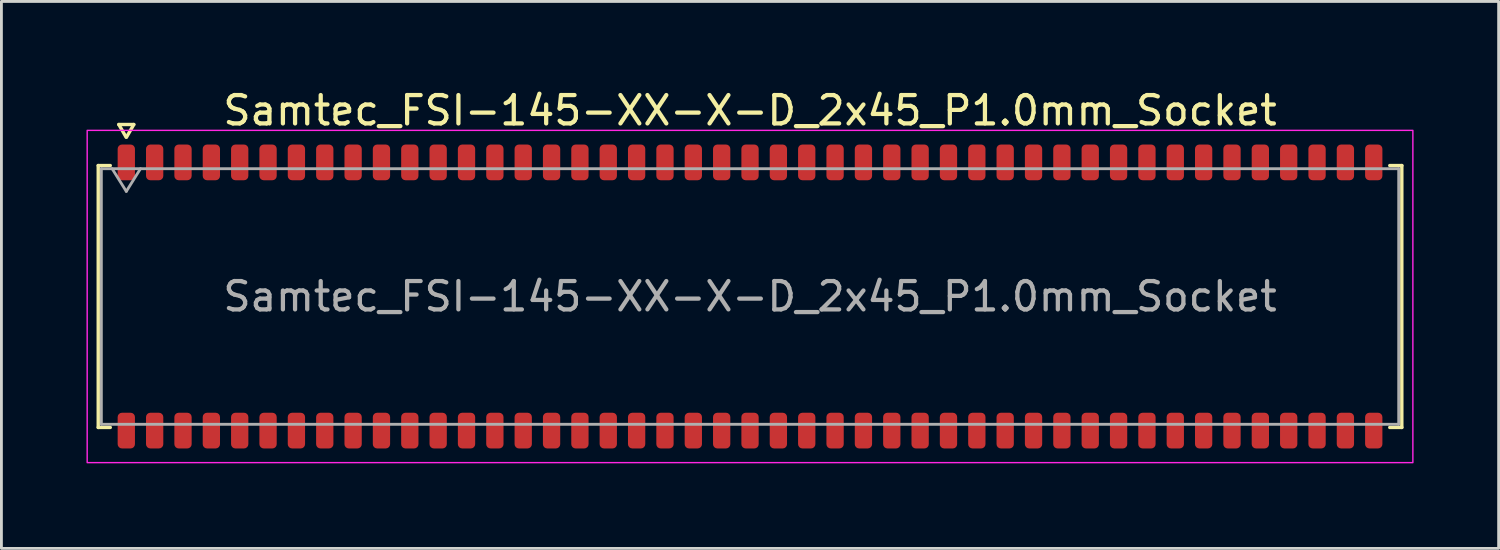
<source format=kicad_pcb>
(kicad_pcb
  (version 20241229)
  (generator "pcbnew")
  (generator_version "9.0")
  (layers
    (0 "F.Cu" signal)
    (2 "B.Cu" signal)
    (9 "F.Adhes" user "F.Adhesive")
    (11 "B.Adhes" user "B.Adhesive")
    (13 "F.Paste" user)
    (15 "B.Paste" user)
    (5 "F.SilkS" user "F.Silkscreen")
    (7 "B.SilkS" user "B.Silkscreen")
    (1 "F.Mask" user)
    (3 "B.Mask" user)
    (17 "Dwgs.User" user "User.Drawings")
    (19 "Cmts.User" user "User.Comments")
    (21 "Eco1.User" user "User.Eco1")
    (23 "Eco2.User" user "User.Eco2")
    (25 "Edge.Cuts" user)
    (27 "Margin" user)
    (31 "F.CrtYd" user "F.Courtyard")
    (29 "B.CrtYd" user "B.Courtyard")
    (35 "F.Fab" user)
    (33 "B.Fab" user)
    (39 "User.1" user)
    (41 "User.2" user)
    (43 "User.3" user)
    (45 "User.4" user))
  (footprint "Samtec_FSI-145-XX-X-D_2x45_P1.0mm_Socket"
    (layer "F.Cu")
    (at 23.405 7.408)
    (property "Reference" "Samtec_FSI-145-XX-X-D_2x45_P1.0mm_Socket" (at 0 -6.56 0) (layer "F.SilkS") (effects (font (size 1 1) (thickness 0.15))))
    (attr smd)
    (fp_line (start -22.99 -4.619) (end -22.565 -4.619) (stroke (width 0.12) (type solid)) (layer "F.SilkS"))
    (fp_line (start -22.99 4.619) (end -22.99 -4.619) (stroke (width 0.12) (type solid)) (layer "F.SilkS"))
    (fp_line (start -22.565 4.619) (end -22.99 4.619) (stroke (width 0.12) (type solid)) (layer "F.SilkS"))
    (fp_line (start -22.264 -6.066) (end -22.007 -5.62) (stroke (width 0.12) (type solid)) (layer "F.SilkS"))
    (fp_line (start -21.993 -5.62) (end -21.736 -6.066) (stroke (width 0.12) (type solid)) (layer "F.SilkS"))
    (fp_line (start -21.736 -6.066) (end -22.264 -6.066) (stroke (width 0.12) (type solid)) (layer "F.SilkS"))
    (fp_line (start 22.565 -4.619) (end 22.99 -4.619) (stroke (width 0.12) (type solid)) (layer "F.SilkS"))
    (fp_line (start 22.99 -4.619) (end 22.99 4.619) (stroke (width 0.12) (type solid)) (layer "F.SilkS"))
    (fp_line (start 22.99 4.619) (end 22.565 4.619) (stroke (width 0.12) (type solid)) (layer "F.SilkS"))
    (fp_rect (start -23.38 -5.86) (end 23.38 5.86) (stroke (width 0.05) (type solid)) (fill no) (layer "F.CrtYd"))
    (fp_line (start -22.88 -4.508) (end 22.88 -4.508) (stroke (width 0.1) (type solid)) (layer "F.Fab"))
    (fp_line (start -22.88 4.508) (end -22.88 -4.508) (stroke (width 0.1) (type solid)) (layer "F.Fab"))
    (fp_line (start -22.5 -4.508) (end -22 -3.708) (stroke (width 0.1) (type solid)) (layer "F.Fab"))
    (fp_line (start -22 -3.708) (end -21.5 -4.508) (stroke (width 0.1) (type solid)) (layer "F.Fab"))
    (fp_line (start 22.88 -4.508) (end 22.88 4.508) (stroke (width 0.1) (type solid)) (layer "F.Fab"))
    (fp_line (start 22.88 4.508) (end -22.88 4.508) (stroke (width 0.1) (type solid)) (layer "F.Fab"))
    (fp_text user "${REFERENCE}" (at 0 0 0) (layer "F.Fab") (effects (font (size 1 1) (thickness 0.15))))
    (pad "1" smd roundrect (at -22 -4.73) (size 0.61 1.26) (layers "F.Cu" "F.Mask" "F.Paste") (roundrect_rratio 0.25))
    (pad "2" smd roundrect (at -22 4.73) (size 0.61 1.26) (layers "F.Cu" "F.Mask" "F.Paste") (roundrect_rratio 0.25))
    (pad "3" smd roundrect (at -21 -4.73) (size 0.61 1.26) (layers "F.Cu" "F.Mask" "F.Paste") (roundrect_rratio 0.25))
    (pad "4" smd roundrect (at -21 4.73) (size 0.61 1.26) (layers "F.Cu" "F.Mask" "F.Paste") (roundrect_rratio 0.25))
    (pad "5" smd roundrect (at -20 -4.73) (size 0.61 1.26) (layers "F.Cu" "F.Mask" "F.Paste") (roundrect_rratio 0.25))
    (pad "6" smd roundrect (at -20 4.73) (size 0.61 1.26) (layers "F.Cu" "F.Mask" "F.Paste") (roundrect_rratio 0.25))
    (pad "7" smd roundrect (at -19 -4.73) (size 0.61 1.26) (layers "F.Cu" "F.Mask" "F.Paste") (roundrect_rratio 0.25))
    (pad "8" smd roundrect (at -19 4.73) (size 0.61 1.26) (layers "F.Cu" "F.Mask" "F.Paste") (roundrect_rratio 0.25))
    (pad "9" smd roundrect (at -18 -4.73) (size 0.61 1.26) (layers "F.Cu" "F.Mask" "F.Paste") (roundrect_rratio 0.25))
    (pad "10" smd roundrect (at -18 4.73) (size 0.61 1.26) (layers "F.Cu" "F.Mask" "F.Paste") (roundrect_rratio 0.25))
    (pad "11" smd roundrect (at -17 -4.73) (size 0.61 1.26) (layers "F.Cu" "F.Mask" "F.Paste") (roundrect_rratio 0.25))
    (pad "12" smd roundrect (at -17 4.73) (size 0.61 1.26) (layers "F.Cu" "F.Mask" "F.Paste") (roundrect_rratio 0.25))
    (pad "13" smd roundrect (at -16 -4.73) (size 0.61 1.26) (layers "F.Cu" "F.Mask" "F.Paste") (roundrect_rratio 0.25))
    (pad "14" smd roundrect (at -16 4.73) (size 0.61 1.26) (layers "F.Cu" "F.Mask" "F.Paste") (roundrect_rratio 0.25))
    (pad "15" smd roundrect (at -15 -4.73) (size 0.61 1.26) (layers "F.Cu" "F.Mask" "F.Paste") (roundrect_rratio 0.25))
    (pad "16" smd roundrect (at -15 4.73) (size 0.61 1.26) (layers "F.Cu" "F.Mask" "F.Paste") (roundrect_rratio 0.25))
    (pad "17" smd roundrect (at -14 -4.73) (size 0.61 1.26) (layers "F.Cu" "F.Mask" "F.Paste") (roundrect_rratio 0.25))
    (pad "18" smd roundrect (at -14 4.73) (size 0.61 1.26) (layers "F.Cu" "F.Mask" "F.Paste") (roundrect_rratio 0.25))
    (pad "19" smd roundrect (at -13 -4.73) (size 0.61 1.26) (layers "F.Cu" "F.Mask" "F.Paste") (roundrect_rratio 0.25))
    (pad "20" smd roundrect (at -13 4.73) (size 0.61 1.26) (layers "F.Cu" "F.Mask" "F.Paste") (roundrect_rratio 0.25))
    (pad "21" smd roundrect (at -12 -4.73) (size 0.61 1.26) (layers "F.Cu" "F.Mask" "F.Paste") (roundrect_rratio 0.25))
    (pad "22" smd roundrect (at -12 4.73) (size 0.61 1.26) (layers "F.Cu" "F.Mask" "F.Paste") (roundrect_rratio 0.25))
    (pad "23" smd roundrect (at -11 -4.73) (size 0.61 1.26) (layers "F.Cu" "F.Mask" "F.Paste") (roundrect_rratio 0.25))
    (pad "24" smd roundrect (at -11 4.73) (size 0.61 1.26) (layers "F.Cu" "F.Mask" "F.Paste") (roundrect_rratio 0.25))
    (pad "25" smd roundrect (at -10 -4.73) (size 0.61 1.26) (layers "F.Cu" "F.Mask" "F.Paste") (roundrect_rratio 0.25))
    (pad "26" smd roundrect (at -10 4.73) (size 0.61 1.26) (layers "F.Cu" "F.Mask" "F.Paste") (roundrect_rratio 0.25))
    (pad "27" smd roundrect (at -9 -4.73) (size 0.61 1.26) (layers "F.Cu" "F.Mask" "F.Paste") (roundrect_rratio 0.25))
    (pad "28" smd roundrect (at -9 4.73) (size 0.61 1.26) (layers "F.Cu" "F.Mask" "F.Paste") (roundrect_rratio 0.25))
    (pad "29" smd roundrect (at -8 -4.73) (size 0.61 1.26) (layers "F.Cu" "F.Mask" "F.Paste") (roundrect_rratio 0.25))
    (pad "30" smd roundrect (at -8 4.73) (size 0.61 1.26) (layers "F.Cu" "F.Mask" "F.Paste") (roundrect_rratio 0.25))
    (pad "31" smd roundrect (at -7 -4.73) (size 0.61 1.26) (layers "F.Cu" "F.Mask" "F.Paste") (roundrect_rratio 0.25))
    (pad "32" smd roundrect (at -7 4.73) (size 0.61 1.26) (layers "F.Cu" "F.Mask" "F.Paste") (roundrect_rratio 0.25))
    (pad "33" smd roundrect (at -6 -4.73) (size 0.61 1.26) (layers "F.Cu" "F.Mask" "F.Paste") (roundrect_rratio 0.25))
    (pad "34" smd roundrect (at -6 4.73) (size 0.61 1.26) (layers "F.Cu" "F.Mask" "F.Paste") (roundrect_rratio 0.25))
    (pad "35" smd roundrect (at -5 -4.73) (size 0.61 1.26) (layers "F.Cu" "F.Mask" "F.Paste") (roundrect_rratio 0.25))
    (pad "36" smd roundrect (at -5 4.73) (size 0.61 1.26) (layers "F.Cu" "F.Mask" "F.Paste") (roundrect_rratio 0.25))
    (pad "37" smd roundrect (at -4 -4.73) (size 0.61 1.26) (layers "F.Cu" "F.Mask" "F.Paste") (roundrect_rratio 0.25))
    (pad "38" smd roundrect (at -4 4.73) (size 0.61 1.26) (layers "F.Cu" "F.Mask" "F.Paste") (roundrect_rratio 0.25))
    (pad "39" smd roundrect (at -3 -4.73) (size 0.61 1.26) (layers "F.Cu" "F.Mask" "F.Paste") (roundrect_rratio 0.25))
    (pad "40" smd roundrect (at -3 4.73) (size 0.61 1.26) (layers "F.Cu" "F.Mask" "F.Paste") (roundrect_rratio 0.25))
    (pad "41" smd roundrect (at -2 -4.73) (size 0.61 1.26) (layers "F.Cu" "F.Mask" "F.Paste") (roundrect_rratio 0.25))
    (pad "42" smd roundrect (at -2 4.73) (size 0.61 1.26) (layers "F.Cu" "F.Mask" "F.Paste") (roundrect_rratio 0.25))
    (pad "43" smd roundrect (at -1 -4.73) (size 0.61 1.26) (layers "F.Cu" "F.Mask" "F.Paste") (roundrect_rratio 0.25))
    (pad "44" smd roundrect (at -1 4.73) (size 0.61 1.26) (layers "F.Cu" "F.Mask" "F.Paste") (roundrect_rratio 0.25))
    (pad "45" smd roundrect (at 0 -4.73) (size 0.61 1.26) (layers "F.Cu" "F.Mask" "F.Paste") (roundrect_rratio 0.25))
    (pad "46" smd roundrect (at 0 4.73) (size 0.61 1.26) (layers "F.Cu" "F.Mask" "F.Paste") (roundrect_rratio 0.25))
    (pad "47" smd roundrect (at 1 -4.73) (size 0.61 1.26) (layers "F.Cu" "F.Mask" "F.Paste") (roundrect_rratio 0.25))
    (pad "48" smd roundrect (at 1 4.73) (size 0.61 1.26) (layers "F.Cu" "F.Mask" "F.Paste") (roundrect_rratio 0.25))
    (pad "49" smd roundrect (at 2 -4.73) (size 0.61 1.26) (layers "F.Cu" "F.Mask" "F.Paste") (roundrect_rratio 0.25))
    (pad "50" smd roundrect (at 2 4.73) (size 0.61 1.26) (layers "F.Cu" "F.Mask" "F.Paste") (roundrect_rratio 0.25))
    (pad "51" smd roundrect (at 3 -4.73) (size 0.61 1.26) (layers "F.Cu" "F.Mask" "F.Paste") (roundrect_rratio 0.25))
    (pad "52" smd roundrect (at 3 4.73) (size 0.61 1.26) (layers "F.Cu" "F.Mask" "F.Paste") (roundrect_rratio 0.25))
    (pad "53" smd roundrect (at 4 -4.73) (size 0.61 1.26) (layers "F.Cu" "F.Mask" "F.Paste") (roundrect_rratio 0.25))
    (pad "54" smd roundrect (at 4 4.73) (size 0.61 1.26) (layers "F.Cu" "F.Mask" "F.Paste") (roundrect_rratio 0.25))
    (pad "55" smd roundrect (at 5 -4.73) (size 0.61 1.26) (layers "F.Cu" "F.Mask" "F.Paste") (roundrect_rratio 0.25))
    (pad "56" smd roundrect (at 5 4.73) (size 0.61 1.26) (layers "F.Cu" "F.Mask" "F.Paste") (roundrect_rratio 0.25))
    (pad "57" smd roundrect (at 6 -4.73) (size 0.61 1.26) (layers "F.Cu" "F.Mask" "F.Paste") (roundrect_rratio 0.25))
    (pad "58" smd roundrect (at 6 4.73) (size 0.61 1.26) (layers "F.Cu" "F.Mask" "F.Paste") (roundrect_rratio 0.25))
    (pad "59" smd roundrect (at 7 -4.73) (size 0.61 1.26) (layers "F.Cu" "F.Mask" "F.Paste") (roundrect_rratio 0.25))
    (pad "60" smd roundrect (at 7 4.73) (size 0.61 1.26) (layers "F.Cu" "F.Mask" "F.Paste") (roundrect_rratio 0.25))
    (pad "61" smd roundrect (at 8 -4.73) (size 0.61 1.26) (layers "F.Cu" "F.Mask" "F.Paste") (roundrect_rratio 0.25))
    (pad "62" smd roundrect (at 8 4.73) (size 0.61 1.26) (layers "F.Cu" "F.Mask" "F.Paste") (roundrect_rratio 0.25))
    (pad "63" smd roundrect (at 9 -4.73) (size 0.61 1.26) (layers "F.Cu" "F.Mask" "F.Paste") (roundrect_rratio 0.25))
    (pad "64" smd roundrect (at 9 4.73) (size 0.61 1.26) (layers "F.Cu" "F.Mask" "F.Paste") (roundrect_rratio 0.25))
    (pad "65" smd roundrect (at 10 -4.73) (size 0.61 1.26) (layers "F.Cu" "F.Mask" "F.Paste") (roundrect_rratio 0.25))
    (pad "66" smd roundrect (at 10 4.73) (size 0.61 1.26) (layers "F.Cu" "F.Mask" "F.Paste") (roundrect_rratio 0.25))
    (pad "67" smd roundrect (at 11 -4.73) (size 0.61 1.26) (layers "F.Cu" "F.Mask" "F.Paste") (roundrect_rratio 0.25))
    (pad "68" smd roundrect (at 11 4.73) (size 0.61 1.26) (layers "F.Cu" "F.Mask" "F.Paste") (roundrect_rratio 0.25))
    (pad "69" smd roundrect (at 12 -4.73) (size 0.61 1.26) (layers "F.Cu" "F.Mask" "F.Paste") (roundrect_rratio 0.25))
    (pad "70" smd roundrect (at 12 4.73) (size 0.61 1.26) (layers "F.Cu" "F.Mask" "F.Paste") (roundrect_rratio 0.25))
    (pad "71" smd roundrect (at 13 -4.73) (size 0.61 1.26) (layers "F.Cu" "F.Mask" "F.Paste") (roundrect_rratio 0.25))
    (pad "72" smd roundrect (at 13 4.73) (size 0.61 1.26) (layers "F.Cu" "F.Mask" "F.Paste") (roundrect_rratio 0.25))
    (pad "73" smd roundrect (at 14 -4.73) (size 0.61 1.26) (layers "F.Cu" "F.Mask" "F.Paste") (roundrect_rratio 0.25))
    (pad "74" smd roundrect (at 14 4.73) (size 0.61 1.26) (layers "F.Cu" "F.Mask" "F.Paste") (roundrect_rratio 0.25))
    (pad "75" smd roundrect (at 15 -4.73) (size 0.61 1.26) (layers "F.Cu" "F.Mask" "F.Paste") (roundrect_rratio 0.25))
    (pad "76" smd roundrect (at 15 4.73) (size 0.61 1.26) (layers "F.Cu" "F.Mask" "F.Paste") (roundrect_rratio 0.25))
    (pad "77" smd roundrect (at 16 -4.73) (size 0.61 1.26) (layers "F.Cu" "F.Mask" "F.Paste") (roundrect_rratio 0.25))
    (pad "78" smd roundrect (at 16 4.73) (size 0.61 1.26) (layers "F.Cu" "F.Mask" "F.Paste") (roundrect_rratio 0.25))
    (pad "79" smd roundrect (at 17 -4.73) (size 0.61 1.26) (layers "F.Cu" "F.Mask" "F.Paste") (roundrect_rratio 0.25))
    (pad "80" smd roundrect (at 17 4.73) (size 0.61 1.26) (layers "F.Cu" "F.Mask" "F.Paste") (roundrect_rratio 0.25))
    (pad "81" smd roundrect (at 18 -4.73) (size 0.61 1.26) (layers "F.Cu" "F.Mask" "F.Paste") (roundrect_rratio 0.25))
    (pad "82" smd roundrect (at 18 4.73) (size 0.61 1.26) (layers "F.Cu" "F.Mask" "F.Paste") (roundrect_rratio 0.25))
    (pad "83" smd roundrect (at 19 -4.73) (size 0.61 1.26) (layers "F.Cu" "F.Mask" "F.Paste") (roundrect_rratio 0.25))
    (pad "84" smd roundrect (at 19 4.73) (size 0.61 1.26) (layers "F.Cu" "F.Mask" "F.Paste") (roundrect_rratio 0.25))
    (pad "85" smd roundrect (at 20 -4.73) (size 0.61 1.26) (layers "F.Cu" "F.Mask" "F.Paste") (roundrect_rratio 0.25))
    (pad "86" smd roundrect (at 20 4.73) (size 0.61 1.26) (layers "F.Cu" "F.Mask" "F.Paste") (roundrect_rratio 0.25))
    (pad "87" smd roundrect (at 21 -4.73) (size 0.61 1.26) (layers "F.Cu" "F.Mask" "F.Paste") (roundrect_rratio 0.25))
    (pad "88" smd roundrect (at 21 4.73) (size 0.61 1.26) (layers "F.Cu" "F.Mask" "F.Paste") (roundrect_rratio 0.25))
    (pad "89" smd roundrect (at 22 -4.73) (size 0.61 1.26) (layers "F.Cu" "F.Mask" "F.Paste") (roundrect_rratio 0.25))
    (pad "90" smd roundrect (at 22 4.73) (size 0.61 1.26) (layers "F.Cu" "F.Mask" "F.Paste") (roundrect_rratio 0.25)))
  (gr_rect
    (start -3 -3)
    (end 49.81 16.293)
    (stroke (width 0.1) (type default))
    (fill no)
    (layer "Edge.Cuts")))
</source>
